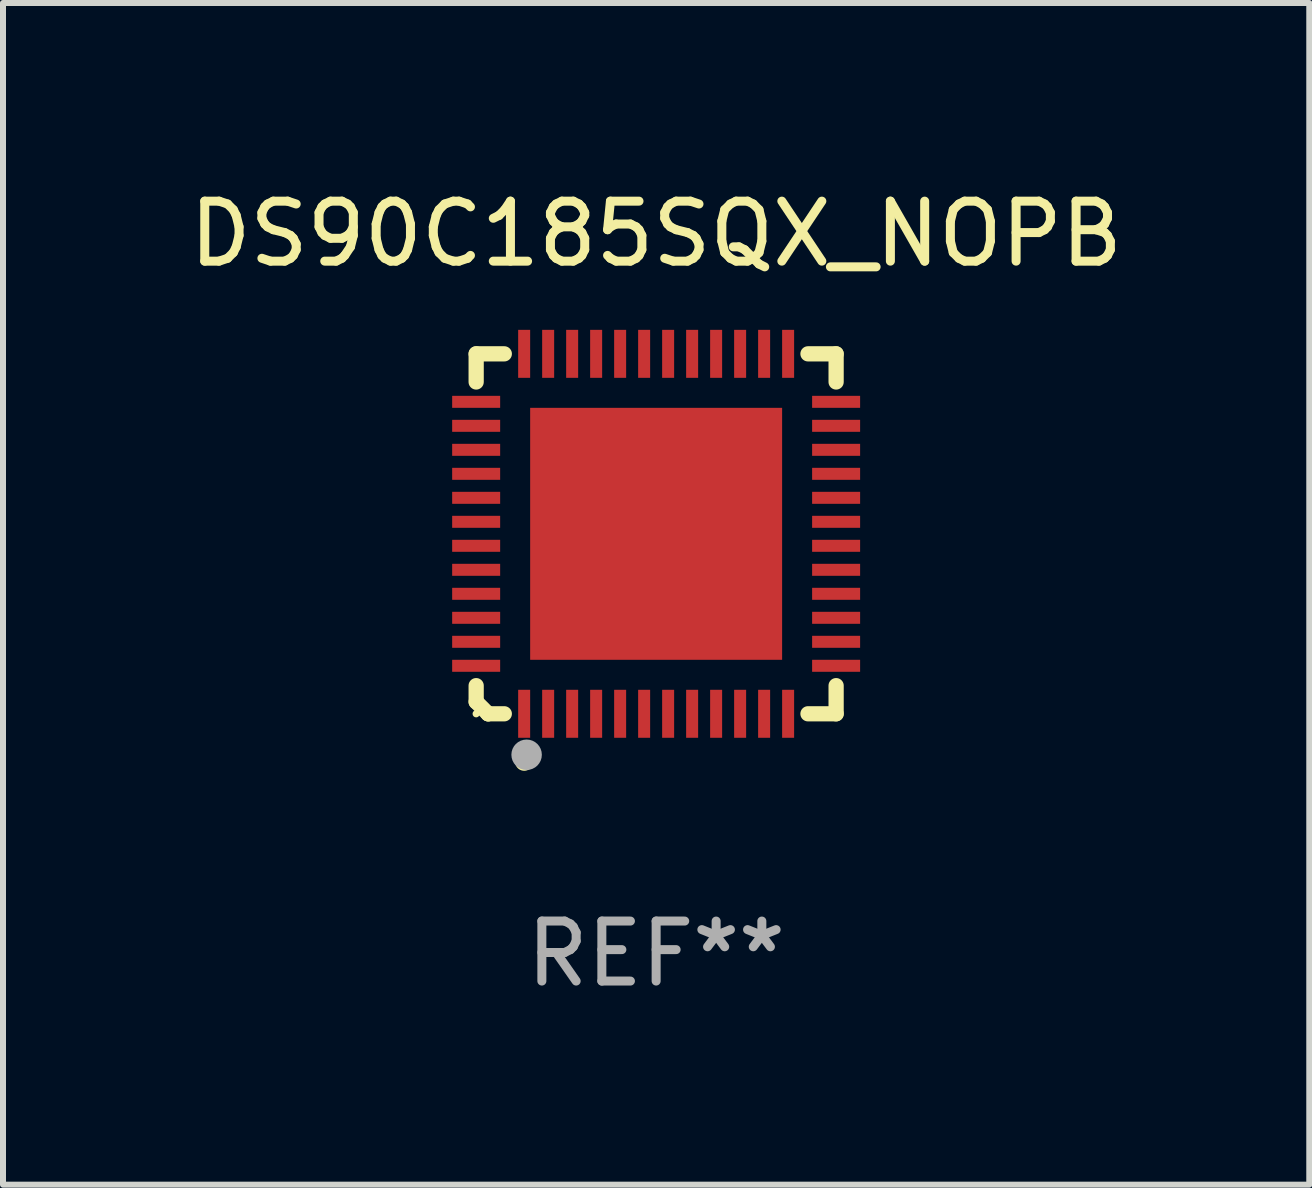
<source format=kicad_pcb>
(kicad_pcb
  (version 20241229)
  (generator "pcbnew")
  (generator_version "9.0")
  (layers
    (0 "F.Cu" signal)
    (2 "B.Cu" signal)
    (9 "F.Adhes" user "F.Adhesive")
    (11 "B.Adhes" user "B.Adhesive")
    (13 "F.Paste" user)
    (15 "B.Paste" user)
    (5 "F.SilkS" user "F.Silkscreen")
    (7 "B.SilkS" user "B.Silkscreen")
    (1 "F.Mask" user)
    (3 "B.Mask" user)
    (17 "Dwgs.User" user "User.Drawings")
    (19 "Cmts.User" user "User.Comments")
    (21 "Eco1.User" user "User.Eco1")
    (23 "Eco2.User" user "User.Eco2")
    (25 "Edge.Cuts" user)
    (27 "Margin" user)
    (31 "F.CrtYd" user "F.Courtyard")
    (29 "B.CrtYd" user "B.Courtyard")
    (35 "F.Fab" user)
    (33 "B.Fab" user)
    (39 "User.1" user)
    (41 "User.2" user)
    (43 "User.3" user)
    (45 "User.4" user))
  (footprint "DS90C185SQX_NOPB"
    (layer "F.Cu")
    (at 7.887 5.848)
    (property "Reference" "DS90C185SQX_NOPB" (at 0 -5 0) (layer "F.SilkS") (effects (font (size 1 1) (thickness 0.15))))
    (attr through_hole)
    (fp_line (start -3 -3) (end -3 -2.531) (stroke (width 0.254) (type solid)) (layer "F.SilkS"))
    (fp_line (start -3 2.8) (end -3 2.531) (stroke (width 0.254) (type solid)) (layer "F.SilkS"))
    (fp_line (start -2.8 3) (end -3 2.8) (stroke (width 0.254) (type solid)) (layer "F.SilkS"))
    (fp_line (start -2.8 3) (end -2.8 3) (stroke (width 0.254) (type solid)) (layer "F.SilkS"))
    (fp_line (start -2.531 -3) (end -3 -3) (stroke (width 0.254) (type solid)) (layer "F.SilkS"))
    (fp_line (start -2.531 3) (end -2.8 3) (stroke (width 0.254) (type solid)) (layer "F.SilkS"))
    (fp_line (start 2.531 -3) (end 3 -3) (stroke (width 0.254) (type solid)) (layer "F.SilkS"))
    (fp_line (start 3 -3) (end 3 -2.531) (stroke (width 0.254) (type solid)) (layer "F.SilkS"))
    (fp_line (start 3 2.531) (end 3 3) (stroke (width 0.254) (type solid)) (layer "F.SilkS"))
    (fp_line (start 3 3) (end 2.531 3) (stroke (width 0.254) (type solid)) (layer "F.SilkS"))
    (fp_arc (start -2.199975 3.8) (mid -2.198705 3.799995) (end -2.197435 3.8) (stroke (width 0.3) (type solid)) (layer "F.SilkS"))
    (fp_circle (center -3 3) (end -2.97 3) (stroke (width 0.06) (type solid)) (fill no) (layer "F.SilkS"))
    (fp_circle (center -2.159 3.683) (end -2.032 3.683) (stroke (width 0.254) (type solid)) (fill no) (layer "F.Fab"))
    (fp_text user "REF**" (at 0 7 0) (layer "F.Fab") (effects (font (size 1 1) (thickness 0.15))))
    (pad "1" smd rect (at -2.2 3 180) (size 0.2 0.8) (layers "F.Cu" "F.Mask" "F.Paste"))
    (pad "2" smd rect (at -1.8 3 180) (size 0.2 0.8) (layers "F.Cu" "F.Mask" "F.Paste"))
    (pad "3" smd rect (at -1.4 3 180) (size 0.2 0.8) (layers "F.Cu" "F.Mask" "F.Paste"))
    (pad "4" smd rect (at -1 3 180) (size 0.2 0.8) (layers "F.Cu" "F.Mask" "F.Paste"))
    (pad "5" smd rect (at -0.6 3 180) (size 0.2 0.8) (layers "F.Cu" "F.Mask" "F.Paste"))
    (pad "6" smd rect (at -0.2 3 180) (size 0.2 0.8) (layers "F.Cu" "F.Mask" "F.Paste"))
    (pad "7" smd rect (at 0.2 3 180) (size 0.2 0.8) (layers "F.Cu" "F.Mask" "F.Paste"))
    (pad "8" smd rect (at 0.6 3 180) (size 0.2 0.8) (layers "F.Cu" "F.Mask" "F.Paste"))
    (pad "9" smd rect (at 1 3 180) (size 0.2 0.8) (layers "F.Cu" "F.Mask" "F.Paste"))
    (pad "10" smd rect (at 1.4 3 180) (size 0.2 0.8) (layers "F.Cu" "F.Mask" "F.Paste"))
    (pad "11" smd rect (at 1.8 3 180) (size 0.2 0.8) (layers "F.Cu" "F.Mask" "F.Paste"))
    (pad "12" smd rect (at 2.2 3 180) (size 0.2 0.8) (layers "F.Cu" "F.Mask" "F.Paste"))
    (pad "13" smd rect (at 3 2.2 90) (size 0.2 0.8) (layers "F.Cu" "F.Mask" "F.Paste"))
    (pad "14" smd rect (at 3 1.8 90) (size 0.2 0.8) (layers "F.Cu" "F.Mask" "F.Paste"))
    (pad "15" smd rect (at 3 1.4 90) (size 0.2 0.8) (layers "F.Cu" "F.Mask" "F.Paste"))
    (pad "16" smd rect (at 3 1 90) (size 0.2 0.8) (layers "F.Cu" "F.Mask" "F.Paste"))
    (pad "17" smd rect (at 3 0.6 90) (size 0.2 0.8) (layers "F.Cu" "F.Mask" "F.Paste"))
    (pad "18" smd rect (at 3 0.2 90) (size 0.2 0.8) (layers "F.Cu" "F.Mask" "F.Paste"))
    (pad "19" smd rect (at 3 -0.2 90) (size 0.2 0.8) (layers "F.Cu" "F.Mask" "F.Paste"))
    (pad "20" smd rect (at 3 -0.6 90) (size 0.2 0.8) (layers "F.Cu" "F.Mask" "F.Paste"))
    (pad "21" smd rect (at 3 -1 90) (size 0.2 0.8) (layers "F.Cu" "F.Mask" "F.Paste"))
    (pad "22" smd rect (at 3 -1.4 90) (size 0.2 0.8) (layers "F.Cu" "F.Mask" "F.Paste"))
    (pad "23" smd rect (at 3 -1.8 90) (size 0.2 0.8) (layers "F.Cu" "F.Mask" "F.Paste"))
    (pad "24" smd rect (at 3 -2.2 90) (size 0.2 0.8) (layers "F.Cu" "F.Mask" "F.Paste"))
    (pad "25" smd rect (at 2.2 -3 180) (size 0.2 0.8) (layers "F.Cu" "F.Mask" "F.Paste"))
    (pad "26" smd rect (at 1.8 -3 180) (size 0.2 0.8) (layers "F.Cu" "F.Mask" "F.Paste"))
    (pad "27" smd rect (at 1.4 -3 180) (size 0.2 0.8) (layers "F.Cu" "F.Mask" "F.Paste"))
    (pad "28" smd rect (at 1 -3 180) (size 0.2 0.8) (layers "F.Cu" "F.Mask" "F.Paste"))
    (pad "29" smd rect (at 0.6 -3 180) (size 0.2 0.8) (layers "F.Cu" "F.Mask" "F.Paste"))
    (pad "30" smd rect (at 0.2 -3 180) (size 0.2 0.8) (layers "F.Cu" "F.Mask" "F.Paste"))
    (pad "31" smd rect (at -0.2 -3 180) (size 0.2 0.8) (layers "F.Cu" "F.Mask" "F.Paste"))
    (pad "32" smd rect (at -0.6 -3 180) (size 0.2 0.8) (layers "F.Cu" "F.Mask" "F.Paste"))
    (pad "33" smd rect (at -1 -3 180) (size 0.2 0.8) (layers "F.Cu" "F.Mask" "F.Paste"))
    (pad "34" smd rect (at -1.4 -3 180) (size 0.2 0.8) (layers "F.Cu" "F.Mask" "F.Paste"))
    (pad "35" smd rect (at -1.8 -3 180) (size 0.2 0.8) (layers "F.Cu" "F.Mask" "F.Paste"))
    (pad "36" smd rect (at -2.2 -3 180) (size 0.2 0.8) (layers "F.Cu" "F.Mask" "F.Paste"))
    (pad "37" smd rect (at -3 -2.2 90) (size 0.2 0.8) (layers "F.Cu" "F.Mask" "F.Paste"))
    (pad "38" smd rect (at -3 -1.8 90) (size 0.2 0.8) (layers "F.Cu" "F.Mask" "F.Paste"))
    (pad "39" smd rect (at -3 -1.4 90) (size 0.2 0.8) (layers "F.Cu" "F.Mask" "F.Paste"))
    (pad "40" smd rect (at -3 -1 90) (size 0.2 0.8) (layers "F.Cu" "F.Mask" "F.Paste"))
    (pad "41" smd rect (at -3 -0.6 90) (size 0.2 0.8) (layers "F.Cu" "F.Mask" "F.Paste"))
    (pad "42" smd rect (at -3 -0.2 90) (size 0.2 0.8) (layers "F.Cu" "F.Mask" "F.Paste"))
    (pad "43" smd rect (at -3 0.2 90) (size 0.2 0.8) (layers "F.Cu" "F.Mask" "F.Paste"))
    (pad "44" smd rect (at -3 0.6 90) (size 0.2 0.8) (layers "F.Cu" "F.Mask" "F.Paste"))
    (pad "45" smd rect (at -3 1 90) (size 0.2 0.8) (layers "F.Cu" "F.Mask" "F.Paste"))
    (pad "46" smd rect (at -3 1.4 90) (size 0.2 0.8) (layers "F.Cu" "F.Mask" "F.Paste"))
    (pad "47" smd rect (at -3 1.8 90) (size 0.2 0.8) (layers "F.Cu" "F.Mask" "F.Paste"))
    (pad "48" smd rect (at -3 2.2 90) (size 0.2 0.8) (layers "F.Cu" "F.Mask" "F.Paste"))
    (pad "49" smd rect (at -0.000025 0.000127 90) (size 4.2 4.2) (layers "F.Cu" "F.Mask" "F.Paste")))
  (gr_rect
    (start -3 -3)
    (end 18.774 16.697)
    (stroke (width 0.1) (type default))
    (fill no)
    (layer "Edge.Cuts")))
</source>
